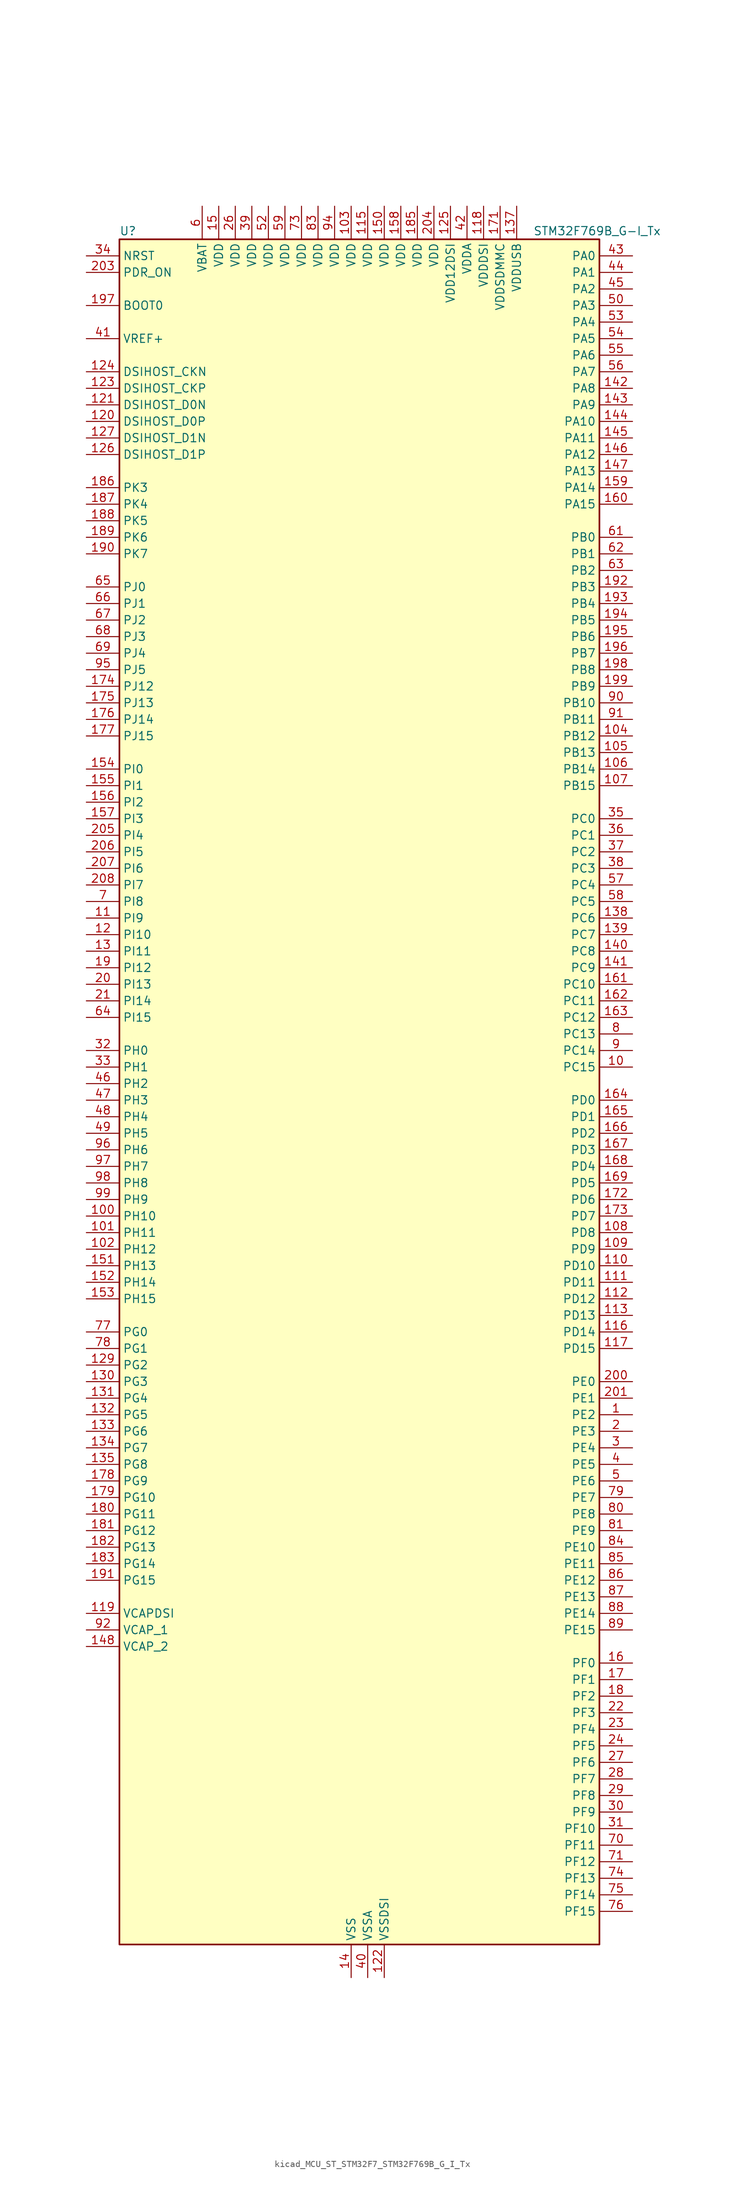
<source format=kicad_sym>
(kicad_symbol_lib
  (version 20220914)
  (generator kicad_symbol_editor)
  (symbol "kicad_MCU_ST_STM32F7_STM32F769B_G_I_Tx"
    (property "Reference" "U"
      (at -35.56 133.35 0)
      (effects (font (size 1.27 1.27)) (justify left)))
    (property "Value" "STM32F769B_G-I_Tx"
      (at 27.94 133.35 0)
      (effects (font (size 1.27 1.27)) (justify left)))
    (property "ki_locked" ""
      (at 0 0 0)
      (effects (font (size 1.27 1.27))))
    (symbol "kicad_MCU_ST_STM32F7_STM32F769B_G_I_Tx_0_1"
      (rectangle (start -35.56 -129.54) (end 38.1 132.08) (stroke (width 0.254) (type default)) (fill (type background))))
    (symbol "kicad_MCU_ST_STM32F7_STM32F769B_G_I_Tx_1_1"
      (pin bidirectional line (at 43.18 -48.26 180) (length 5.08) (name "PE2" (effects (font (size 1.27 1.27)))) (number "1" (effects (font (size 1.27 1.27)))) (alternate "ETH_TXD3" bidirectional line) (alternate "FMC_A23" bidirectional line) (alternate "QUADSPI_BK1_IO2" bidirectional line) (alternate "SAI1_MCLK_A" bidirectional line) (alternate "SPI4_SCK" bidirectional line) (alternate "SYS_TRACECLK" bidirectional line))
      (pin bidirectional line (at 43.18 5.08 180) (length 5.08) (name "PC15" (effects (font (size 1.27 1.27)))) (number "10" (effects (font (size 1.27 1.27)))) (alternate "RCC_OSC32_OUT" bidirectional line))
      (pin bidirectional line (at -40.64 -17.78 0) (length 5.08) (name "PH10" (effects (font (size 1.27 1.27)))) (number "100" (effects (font (size 1.27 1.27)))) (alternate "DCMI_D1" bidirectional line) (alternate "FMC_D18" bidirectional line) (alternate "I2C4_SMBA" bidirectional line) (alternate "LTDC_R4" bidirectional line) (alternate "TIM5_CH1" bidirectional line))
      (pin bidirectional line (at -40.64 -20.32 0) (length 5.08) (name "PH11" (effects (font (size 1.27 1.27)))) (number "101" (effects (font (size 1.27 1.27)))) (alternate "ADC1_EXTI11" bidirectional line) (alternate "ADC2_EXTI11" bidirectional line) (alternate "ADC3_EXTI11" bidirectional line) (alternate "DCMI_D2" bidirectional line) (alternate "FMC_D19" bidirectional line) (alternate "I2C4_SCL" bidirectional line) (alternate "LTDC_R5" bidirectional line) (alternate "TIM5_CH2" bidirectional line))
      (pin bidirectional line (at -40.64 -22.86 0) (length 5.08) (name "PH12" (effects (font (size 1.27 1.27)))) (number "102" (effects (font (size 1.27 1.27)))) (alternate "DCMI_D3" bidirectional line) (alternate "FMC_D20" bidirectional line) (alternate "I2C4_SDA" bidirectional line) (alternate "LTDC_R6" bidirectional line) (alternate "TIM5_CH3" bidirectional line))
      (pin power_in line (at 0 137.16 270) (length 5.08) (name "VDD" (effects (font (size 1.27 1.27)))) (number "103" (effects (font (size 1.27 1.27)))))
      (pin bidirectional line (at 43.18 55.88 180) (length 5.08) (name "PB12" (effects (font (size 1.27 1.27)))) (number "104" (effects (font (size 1.27 1.27)))) (alternate "CAN2_RX" bidirectional line) (alternate "DFSDM1_DATIN1" bidirectional line) (alternate "ETH_TXD0" bidirectional line) (alternate "I2C2_SMBA" bidirectional line) (alternate "I2S2_WS" bidirectional line) (alternate "SPI2_NSS" bidirectional line) (alternate "TIM1_BKIN" bidirectional line) (alternate "UART5_RX" bidirectional line) (alternate "USART3_CK" bidirectional line) (alternate "USB_OTG_HS_ID" bidirectional line) (alternate "USB_OTG_HS_ULPI_D5" bidirectional line))
      (pin bidirectional line (at 43.18 53.34 180) (length 5.08) (name "PB13" (effects (font (size 1.27 1.27)))) (number "105" (effects (font (size 1.27 1.27)))) (alternate "CAN2_TX" bidirectional line) (alternate "DFSDM1_CKIN1" bidirectional line) (alternate "ETH_TXD1" bidirectional line) (alternate "I2S2_CK" bidirectional line) (alternate "SPI2_SCK" bidirectional line) (alternate "TIM1_CH1N" bidirectional line) (alternate "UART5_TX" bidirectional line) (alternate "USART3_CTS" bidirectional line) (alternate "USB_OTG_HS_ULPI_D6" bidirectional line) (alternate "USB_OTG_HS_VBUS" bidirectional line))
      (pin bidirectional line (at 43.18 50.8 180) (length 5.08) (name "PB14" (effects (font (size 1.27 1.27)))) (number "106" (effects (font (size 1.27 1.27)))) (alternate "DFSDM1_DATIN2" bidirectional line) (alternate "SDMMC2_D0" bidirectional line) (alternate "SPI2_MISO" bidirectional line) (alternate "TIM12_CH1" bidirectional line) (alternate "TIM1_CH2N" bidirectional line) (alternate "TIM8_CH2N" bidirectional line) (alternate "UART4_DE" bidirectional line) (alternate "UART4_RTS" bidirectional line) (alternate "USART1_TX" bidirectional line) (alternate "USART3_DE" bidirectional line) (alternate "USART3_RTS" bidirectional line) (alternate "USB_OTG_HS_DM" bidirectional line))
      (pin bidirectional line (at 43.18 48.26 180) (length 5.08) (name "PB15" (effects (font (size 1.27 1.27)))) (number "107" (effects (font (size 1.27 1.27)))) (alternate "DFSDM1_CKIN2" bidirectional line) (alternate "I2S2_SD" bidirectional line) (alternate "RTC_REFIN" bidirectional line) (alternate "SDMMC2_D1" bidirectional line) (alternate "SPI2_MOSI" bidirectional line) (alternate "TIM12_CH2" bidirectional line) (alternate "TIM1_CH3N" bidirectional line) (alternate "TIM8_CH3N" bidirectional line) (alternate "UART4_CTS" bidirectional line) (alternate "USART1_RX" bidirectional line) (alternate "USB_OTG_HS_DP" bidirectional line))
      (pin bidirectional line (at 43.18 -20.32 180) (length 5.08) (name "PD8" (effects (font (size 1.27 1.27)))) (number "108" (effects (font (size 1.27 1.27)))) (alternate "DFSDM1_CKIN3" bidirectional line) (alternate "FMC_D13" bidirectional line) (alternate "FMC_DA13" bidirectional line) (alternate "SPDIFRX_IN1" bidirectional line) (alternate "USART3_TX" bidirectional line))
      (pin bidirectional line (at 43.18 -22.86 180) (length 5.08) (name "PD9" (effects (font (size 1.27 1.27)))) (number "109" (effects (font (size 1.27 1.27)))) (alternate "DAC_EXTI9" bidirectional line) (alternate "DFSDM1_DATIN3" bidirectional line) (alternate "FMC_D14" bidirectional line) (alternate "FMC_DA14" bidirectional line) (alternate "USART3_RX" bidirectional line))
      (pin bidirectional line (at -40.64 27.94 0) (length 5.08) (name "PI9" (effects (font (size 1.27 1.27)))) (number "11" (effects (font (size 1.27 1.27)))) (alternate "CAN1_RX" bidirectional line) (alternate "DAC_EXTI9" bidirectional line) (alternate "FMC_D30" bidirectional line) (alternate "LTDC_VSYNC" bidirectional line) (alternate "UART4_RX" bidirectional line))
      (pin bidirectional line (at 43.18 -25.4 180) (length 5.08) (name "PD10" (effects (font (size 1.27 1.27)))) (number "110" (effects (font (size 1.27 1.27)))) (alternate "DFSDM1_CKOUT" bidirectional line) (alternate "FMC_D15" bidirectional line) (alternate "FMC_DA15" bidirectional line) (alternate "LTDC_B3" bidirectional line) (alternate "USART3_CK" bidirectional line))
      (pin bidirectional line (at 43.18 -27.94 180) (length 5.08) (name "PD11" (effects (font (size 1.27 1.27)))) (number "111" (effects (font (size 1.27 1.27)))) (alternate "ADC1_EXTI11" bidirectional line) (alternate "ADC2_EXTI11" bidirectional line) (alternate "ADC3_EXTI11" bidirectional line) (alternate "FMC_A16" bidirectional line) (alternate "FMC_CLE" bidirectional line) (alternate "I2C4_SMBA" bidirectional line) (alternate "QUADSPI_BK1_IO0" bidirectional line) (alternate "SAI2_SD_A" bidirectional line) (alternate "USART3_CTS" bidirectional line))
      (pin bidirectional line (at 43.18 -30.48 180) (length 5.08) (name "PD12" (effects (font (size 1.27 1.27)))) (number "112" (effects (font (size 1.27 1.27)))) (alternate "FMC_A17" bidirectional line) (alternate "FMC_ALE" bidirectional line) (alternate "I2C4_SCL" bidirectional line) (alternate "LPTIM1_IN1" bidirectional line) (alternate "QUADSPI_BK1_IO1" bidirectional line) (alternate "SAI2_FS_A" bidirectional line) (alternate "TIM4_CH1" bidirectional line) (alternate "USART3_DE" bidirectional line) (alternate "USART3_RTS" bidirectional line))
      (pin bidirectional line (at 43.18 -33.02 180) (length 5.08) (name "PD13" (effects (font (size 1.27 1.27)))) (number "113" (effects (font (size 1.27 1.27)))) (alternate "FMC_A18" bidirectional line) (alternate "I2C4_SDA" bidirectional line) (alternate "LPTIM1_OUT" bidirectional line) (alternate "QUADSPI_BK1_IO3" bidirectional line) (alternate "SAI2_SCK_A" bidirectional line) (alternate "TIM4_CH2" bidirectional line))
      (pin passive line (at 0 -134.62 90) (length 5.08) hide (name "VSS" (effects (font (size 1.27 1.27)))) (number "114" (effects (font (size 1.27 1.27)))))
      (pin power_in line (at 2.54 137.16 270) (length 5.08) (name "VDD" (effects (font (size 1.27 1.27)))) (number "115" (effects (font (size 1.27 1.27)))))
      (pin bidirectional line (at 43.18 -35.56 180) (length 5.08) (name "PD14" (effects (font (size 1.27 1.27)))) (number "116" (effects (font (size 1.27 1.27)))) (alternate "FMC_D0" bidirectional line) (alternate "FMC_DA0" bidirectional line) (alternate "TIM4_CH3" bidirectional line) (alternate "UART8_CTS" bidirectional line))
      (pin bidirectional line (at 43.18 -38.1 180) (length 5.08) (name "PD15" (effects (font (size 1.27 1.27)))) (number "117" (effects (font (size 1.27 1.27)))) (alternate "FMC_D1" bidirectional line) (alternate "FMC_DA1" bidirectional line) (alternate "TIM4_CH4" bidirectional line) (alternate "UART8_DE" bidirectional line) (alternate "UART8_RTS" bidirectional line))
      (pin power_in line (at 20.32 137.16 270) (length 5.08) (name "VDDDSI" (effects (font (size 1.27 1.27)))) (number "118" (effects (font (size 1.27 1.27)))))
      (pin power_out line (at -40.64 -78.74 0) (length 5.08) (name "VCAPDSI" (effects (font (size 1.27 1.27)))) (number "119" (effects (font (size 1.27 1.27)))))
      (pin bidirectional line (at -40.64 25.4 0) (length 5.08) (name "PI10" (effects (font (size 1.27 1.27)))) (number "12" (effects (font (size 1.27 1.27)))) (alternate "ETH_RX_ER" bidirectional line) (alternate "FMC_D31" bidirectional line) (alternate "LTDC_HSYNC" bidirectional line))
      (pin bidirectional line (at -40.64 104.14 0) (length 5.08) (name "DSIHOST_D0P" (effects (font (size 1.27 1.27)))) (number "120" (effects (font (size 1.27 1.27)))) (alternate "DSIHOST_D0P" bidirectional line))
      (pin bidirectional line (at -40.64 106.68 0) (length 5.08) (name "DSIHOST_D0N" (effects (font (size 1.27 1.27)))) (number "121" (effects (font (size 1.27 1.27)))) (alternate "DSIHOST_D0N" bidirectional line))
      (pin power_in line (at 5.08 -134.62 90) (length 5.08) (name "VSSDSI" (effects (font (size 1.27 1.27)))) (number "122" (effects (font (size 1.27 1.27)))))
      (pin bidirectional line (at -40.64 109.22 0) (length 5.08) (name "DSIHOST_CKP" (effects (font (size 1.27 1.27)))) (number "123" (effects (font (size 1.27 1.27)))) (alternate "DSIHOST_CKP" bidirectional line))
      (pin bidirectional line (at -40.64 111.76 0) (length 5.08) (name "DSIHOST_CKN" (effects (font (size 1.27 1.27)))) (number "124" (effects (font (size 1.27 1.27)))) (alternate "DSIHOST_CKN" bidirectional line))
      (pin power_in line (at 15.24 137.16 270) (length 5.08) (name "VDD12DSI" (effects (font (size 1.27 1.27)))) (number "125" (effects (font (size 1.27 1.27)))))
      (pin bidirectional line (at -40.64 99.06 0) (length 5.08) (name "DSIHOST_D1P" (effects (font (size 1.27 1.27)))) (number "126" (effects (font (size 1.27 1.27)))) (alternate "DSIHOST_D1P" bidirectional line))
      (pin bidirectional line (at -40.64 101.6 0) (length 5.08) (name "DSIHOST_D1N" (effects (font (size 1.27 1.27)))) (number "127" (effects (font (size 1.27 1.27)))) (alternate "DSIHOST_D1N" bidirectional line))
      (pin passive line (at 5.08 -134.62 90) (length 5.08) hide (name "VSSDSI" (effects (font (size 1.27 1.27)))) (number "128" (effects (font (size 1.27 1.27)))))
      (pin bidirectional line (at -40.64 -40.64 0) (length 5.08) (name "PG2" (effects (font (size 1.27 1.27)))) (number "129" (effects (font (size 1.27 1.27)))) (alternate "FMC_A12" bidirectional line))
      (pin bidirectional line (at -40.64 22.86 0) (length 5.08) (name "PI11" (effects (font (size 1.27 1.27)))) (number "13" (effects (font (size 1.27 1.27)))) (alternate "ADC1_EXTI11" bidirectional line) (alternate "ADC2_EXTI11" bidirectional line) (alternate "ADC3_EXTI11" bidirectional line) (alternate "LTDC_G6" bidirectional line) (alternate "SYS_WKUP6" bidirectional line) (alternate "USB_OTG_HS_ULPI_DIR" bidirectional line))
      (pin bidirectional line (at -40.64 -43.18 0) (length 5.08) (name "PG3" (effects (font (size 1.27 1.27)))) (number "130" (effects (font (size 1.27 1.27)))) (alternate "FMC_A13" bidirectional line))
      (pin bidirectional line (at -40.64 -45.72 0) (length 5.08) (name "PG4" (effects (font (size 1.27 1.27)))) (number "131" (effects (font (size 1.27 1.27)))) (alternate "FMC_A14" bidirectional line) (alternate "FMC_BA0" bidirectional line))
      (pin bidirectional line (at -40.64 -48.26 0) (length 5.08) (name "PG5" (effects (font (size 1.27 1.27)))) (number "132" (effects (font (size 1.27 1.27)))) (alternate "FMC_A15" bidirectional line) (alternate "FMC_BA1" bidirectional line))
      (pin bidirectional line (at -40.64 -50.8 0) (length 5.08) (name "PG6" (effects (font (size 1.27 1.27)))) (number "133" (effects (font (size 1.27 1.27)))) (alternate "DCMI_D12" bidirectional line) (alternate "FMC_NE3" bidirectional line) (alternate "LTDC_R7" bidirectional line))
      (pin bidirectional line (at -40.64 -53.34 0) (length 5.08) (name "PG7" (effects (font (size 1.27 1.27)))) (number "134" (effects (font (size 1.27 1.27)))) (alternate "DCMI_D13" bidirectional line) (alternate "FMC_INT" bidirectional line) (alternate "LTDC_CLK" bidirectional line) (alternate "SAI1_MCLK_A" bidirectional line) (alternate "USART6_CK" bidirectional line))
      (pin bidirectional line (at -40.64 -55.88 0) (length 5.08) (name "PG8" (effects (font (size 1.27 1.27)))) (number "135" (effects (font (size 1.27 1.27)))) (alternate "ETH_PPS_OUT" bidirectional line) (alternate "FMC_SDCLK" bidirectional line) (alternate "LTDC_G7" bidirectional line) (alternate "SPDIFRX_IN2" bidirectional line) (alternate "SPI6_NSS" bidirectional line) (alternate "USART6_DE" bidirectional line) (alternate "USART6_RTS" bidirectional line))
      (pin passive line (at 0 -134.62 90) (length 5.08) hide (name "VSS" (effects (font (size 1.27 1.27)))) (number "136" (effects (font (size 1.27 1.27)))))
      (pin power_in line (at 25.4 137.16 270) (length 5.08) (name "VDDUSB" (effects (font (size 1.27 1.27)))) (number "137" (effects (font (size 1.27 1.27)))))
      (pin bidirectional line (at 43.18 27.94 180) (length 5.08) (name "PC6" (effects (font (size 1.27 1.27)))) (number "138" (effects (font (size 1.27 1.27)))) (alternate "DCMI_D0" bidirectional line) (alternate "DFSDM1_CKIN3" bidirectional line) (alternate "FMC_NWAIT" bidirectional line) (alternate "I2S2_MCK" bidirectional line) (alternate "LTDC_HSYNC" bidirectional line) (alternate "SDMMC1_D6" bidirectional line) (alternate "SDMMC2_D6" bidirectional line) (alternate "TIM3_CH1" bidirectional line) (alternate "TIM8_CH1" bidirectional line) (alternate "USART6_TX" bidirectional line))
      (pin bidirectional line (at 43.18 25.4 180) (length 5.08) (name "PC7" (effects (font (size 1.27 1.27)))) (number "139" (effects (font (size 1.27 1.27)))) (alternate "DCMI_D1" bidirectional line) (alternate "DFSDM1_DATIN3" bidirectional line) (alternate "FMC_NE1" bidirectional line) (alternate "I2S3_MCK" bidirectional line) (alternate "LTDC_G6" bidirectional line) (alternate "SDMMC1_D7" bidirectional line) (alternate "SDMMC2_D7" bidirectional line) (alternate "TIM3_CH2" bidirectional line) (alternate "TIM8_CH2" bidirectional line) (alternate "USART6_RX" bidirectional line))
      (pin power_in line (at 0 -134.62 90) (length 5.08) (name "VSS" (effects (font (size 1.27 1.27)))) (number "14" (effects (font (size 1.27 1.27)))))
      (pin bidirectional line (at 43.18 22.86 180) (length 5.08) (name "PC8" (effects (font (size 1.27 1.27)))) (number "140" (effects (font (size 1.27 1.27)))) (alternate "DCMI_D2" bidirectional line) (alternate "FMC_NCE" bidirectional line) (alternate "FMC_NE2" bidirectional line) (alternate "SDMMC1_D0" bidirectional line) (alternate "SYS_TRACED1" bidirectional line) (alternate "TIM3_CH3" bidirectional line) (alternate "TIM8_CH3" bidirectional line) (alternate "UART5_DE" bidirectional line) (alternate "UART5_RTS" bidirectional line) (alternate "USART6_CK" bidirectional line))
      (pin bidirectional line (at 43.18 20.32 180) (length 5.08) (name "PC9" (effects (font (size 1.27 1.27)))) (number "141" (effects (font (size 1.27 1.27)))) (alternate "DAC_EXTI9" bidirectional line) (alternate "DCMI_D3" bidirectional line) (alternate "I2C3_SDA" bidirectional line) (alternate "I2S_CKIN" bidirectional line) (alternate "LTDC_B2" bidirectional line) (alternate "LTDC_G3" bidirectional line) (alternate "QUADSPI_BK1_IO0" bidirectional line) (alternate "RCC_MCO_2" bidirectional line) (alternate "SDMMC1_D1" bidirectional line) (alternate "TIM3_CH4" bidirectional line) (alternate "TIM8_CH4" bidirectional line) (alternate "UART5_CTS" bidirectional line))
      (pin bidirectional line (at 43.18 109.22 180) (length 5.08) (name "PA8" (effects (font (size 1.27 1.27)))) (number "142" (effects (font (size 1.27 1.27)))) (alternate "CAN3_RX" bidirectional line) (alternate "I2C3_SCL" bidirectional line) (alternate "LTDC_B3" bidirectional line) (alternate "LTDC_R6" bidirectional line) (alternate "RCC_MCO_1" bidirectional line) (alternate "TIM1_CH1" bidirectional line) (alternate "TIM8_BKIN2" bidirectional line) (alternate "UART7_RX" bidirectional line) (alternate "USART1_CK" bidirectional line) (alternate "USB_OTG_FS_SOF" bidirectional line))
      (pin bidirectional line (at 43.18 106.68 180) (length 5.08) (name "PA9" (effects (font (size 1.27 1.27)))) (number "143" (effects (font (size 1.27 1.27)))) (alternate "DAC_EXTI9" bidirectional line) (alternate "DCMI_D0" bidirectional line) (alternate "I2C3_SMBA" bidirectional line) (alternate "I2S2_CK" bidirectional line) (alternate "LTDC_R5" bidirectional line) (alternate "SPI2_SCK" bidirectional line) (alternate "TIM1_CH2" bidirectional line) (alternate "USART1_TX" bidirectional line) (alternate "USB_OTG_FS_VBUS" bidirectional line))
      (pin bidirectional line (at 43.18 104.14 180) (length 5.08) (name "PA10" (effects (font (size 1.27 1.27)))) (number "144" (effects (font (size 1.27 1.27)))) (alternate "DCMI_D1" bidirectional line) (alternate "LTDC_B1" bidirectional line) (alternate "LTDC_B4" bidirectional line) (alternate "MDIOS_MDIO" bidirectional line) (alternate "TIM1_CH3" bidirectional line) (alternate "USART1_RX" bidirectional line) (alternate "USB_OTG_FS_ID" bidirectional line))
      (pin bidirectional line (at 43.18 101.6 180) (length 5.08) (name "PA11" (effects (font (size 1.27 1.27)))) (number "145" (effects (font (size 1.27 1.27)))) (alternate "ADC1_EXTI11" bidirectional line) (alternate "ADC2_EXTI11" bidirectional line) (alternate "ADC3_EXTI11" bidirectional line) (alternate "CAN1_RX" bidirectional line) (alternate "I2S2_WS" bidirectional line) (alternate "LTDC_R4" bidirectional line) (alternate "SPI2_NSS" bidirectional line) (alternate "TIM1_CH4" bidirectional line) (alternate "UART4_RX" bidirectional line) (alternate "USART1_CTS" bidirectional line) (alternate "USB_OTG_FS_DM" bidirectional line))
      (pin bidirectional line (at 43.18 99.06 180) (length 5.08) (name "PA12" (effects (font (size 1.27 1.27)))) (number "146" (effects (font (size 1.27 1.27)))) (alternate "CAN1_TX" bidirectional line) (alternate "I2S2_CK" bidirectional line) (alternate "LTDC_R5" bidirectional line) (alternate "SAI2_FS_B" bidirectional line) (alternate "SPI2_SCK" bidirectional line) (alternate "TIM1_ETR" bidirectional line) (alternate "UART4_TX" bidirectional line) (alternate "USART1_DE" bidirectional line) (alternate "USART1_RTS" bidirectional line) (alternate "USB_OTG_FS_DP" bidirectional line))
      (pin bidirectional line (at 43.18 96.52 180) (length 5.08) (name "PA13" (effects (font (size 1.27 1.27)))) (number "147" (effects (font (size 1.27 1.27)))) (alternate "SYS_JTMS-SWDIO" bidirectional line))
      (pin power_out line (at -40.64 -83.82 0) (length 5.08) (name "VCAP_2" (effects (font (size 1.27 1.27)))) (number "148" (effects (font (size 1.27 1.27)))))
      (pin passive line (at 0 -134.62 90) (length 5.08) hide (name "VSS" (effects (font (size 1.27 1.27)))) (number "149" (effects (font (size 1.27 1.27)))))
      (pin power_in line (at -20.32 137.16 270) (length 5.08) (name "VDD" (effects (font (size 1.27 1.27)))) (number "15" (effects (font (size 1.27 1.27)))))
      (pin power_in line (at 5.08 137.16 270) (length 5.08) (name "VDD" (effects (font (size 1.27 1.27)))) (number "150" (effects (font (size 1.27 1.27)))))
      (pin bidirectional line (at -40.64 -25.4 0) (length 5.08) (name "PH13" (effects (font (size 1.27 1.27)))) (number "151" (effects (font (size 1.27 1.27)))) (alternate "CAN1_TX" bidirectional line) (alternate "FMC_D21" bidirectional line) (alternate "LTDC_G2" bidirectional line) (alternate "TIM8_CH1N" bidirectional line) (alternate "UART4_TX" bidirectional line))
      (pin bidirectional line (at -40.64 -27.94 0) (length 5.08) (name "PH14" (effects (font (size 1.27 1.27)))) (number "152" (effects (font (size 1.27 1.27)))) (alternate "CAN1_RX" bidirectional line) (alternate "DCMI_D4" bidirectional line) (alternate "FMC_D22" bidirectional line) (alternate "LTDC_G3" bidirectional line) (alternate "TIM8_CH2N" bidirectional line) (alternate "UART4_RX" bidirectional line))
      (pin bidirectional line (at -40.64 -30.48 0) (length 5.08) (name "PH15" (effects (font (size 1.27 1.27)))) (number "153" (effects (font (size 1.27 1.27)))) (alternate "DCMI_D11" bidirectional line) (alternate "FMC_D23" bidirectional line) (alternate "LTDC_G4" bidirectional line) (alternate "TIM8_CH3N" bidirectional line))
      (pin bidirectional line (at -40.64 50.8 0) (length 5.08) (name "PI0" (effects (font (size 1.27 1.27)))) (number "154" (effects (font (size 1.27 1.27)))) (alternate "DCMI_D13" bidirectional line) (alternate "FMC_D24" bidirectional line) (alternate "I2S2_WS" bidirectional line) (alternate "LTDC_G5" bidirectional line) (alternate "SPI2_NSS" bidirectional line) (alternate "TIM5_CH4" bidirectional line))
      (pin bidirectional line (at -40.64 48.26 0) (length 5.08) (name "PI1" (effects (font (size 1.27 1.27)))) (number "155" (effects (font (size 1.27 1.27)))) (alternate "DCMI_D8" bidirectional line) (alternate "FMC_D25" bidirectional line) (alternate "I2S2_CK" bidirectional line) (alternate "LTDC_G6" bidirectional line) (alternate "SPI2_SCK" bidirectional line) (alternate "TIM8_BKIN2" bidirectional line))
      (pin bidirectional line (at -40.64 45.72 0) (length 5.08) (name "PI2" (effects (font (size 1.27 1.27)))) (number "156" (effects (font (size 1.27 1.27)))) (alternate "DCMI_D9" bidirectional line) (alternate "FMC_D26" bidirectional line) (alternate "LTDC_G7" bidirectional line) (alternate "SPI2_MISO" bidirectional line) (alternate "TIM8_CH4" bidirectional line))
      (pin bidirectional line (at -40.64 43.18 0) (length 5.08) (name "PI3" (effects (font (size 1.27 1.27)))) (number "157" (effects (font (size 1.27 1.27)))) (alternate "DCMI_D10" bidirectional line) (alternate "FMC_D27" bidirectional line) (alternate "I2S2_SD" bidirectional line) (alternate "SPI2_MOSI" bidirectional line) (alternate "TIM8_ETR" bidirectional line))
      (pin power_in line (at 7.62 137.16 270) (length 5.08) (name "VDD" (effects (font (size 1.27 1.27)))) (number "158" (effects (font (size 1.27 1.27)))))
      (pin bidirectional line (at 43.18 93.98 180) (length 5.08) (name "PA14" (effects (font (size 1.27 1.27)))) (number "159" (effects (font (size 1.27 1.27)))) (alternate "SYS_JTCK-SWCLK" bidirectional line))
      (pin bidirectional line (at 43.18 -86.36 180) (length 5.08) (name "PF0" (effects (font (size 1.27 1.27)))) (number "16" (effects (font (size 1.27 1.27)))) (alternate "FMC_A0" bidirectional line) (alternate "I2C2_SDA" bidirectional line))
      (pin bidirectional line (at 43.18 91.44 180) (length 5.08) (name "PA15" (effects (font (size 1.27 1.27)))) (number "160" (effects (font (size 1.27 1.27)))) (alternate "CAN3_TX" bidirectional line) (alternate "CEC" bidirectional line) (alternate "I2S1_WS" bidirectional line) (alternate "I2S3_WS" bidirectional line) (alternate "SPI1_NSS" bidirectional line) (alternate "SPI3_NSS" bidirectional line) (alternate "SPI6_NSS" bidirectional line) (alternate "SYS_JTDI" bidirectional line) (alternate "TIM2_CH1" bidirectional line) (alternate "TIM2_ETR" bidirectional line) (alternate "UART4_DE" bidirectional line) (alternate "UART4_RTS" bidirectional line) (alternate "UART7_TX" bidirectional line))
      (pin bidirectional line (at 43.18 17.78 180) (length 5.08) (name "PC10" (effects (font (size 1.27 1.27)))) (number "161" (effects (font (size 1.27 1.27)))) (alternate "DCMI_D8" bidirectional line) (alternate "DFSDM1_CKIN5" bidirectional line) (alternate "I2S3_CK" bidirectional line) (alternate "LTDC_R2" bidirectional line) (alternate "QUADSPI_BK1_IO1" bidirectional line) (alternate "SDMMC1_D2" bidirectional line) (alternate "SPI3_SCK" bidirectional line) (alternate "UART4_TX" bidirectional line) (alternate "USART3_TX" bidirectional line))
      (pin bidirectional line (at 43.18 15.24 180) (length 5.08) (name "PC11" (effects (font (size 1.27 1.27)))) (number "162" (effects (font (size 1.27 1.27)))) (alternate "ADC1_EXTI11" bidirectional line) (alternate "ADC2_EXTI11" bidirectional line) (alternate "ADC3_EXTI11" bidirectional line) (alternate "DCMI_D4" bidirectional line) (alternate "DFSDM1_DATIN5" bidirectional line) (alternate "QUADSPI_BK2_NCS" bidirectional line) (alternate "SDMMC1_D3" bidirectional line) (alternate "SPI3_MISO" bidirectional line) (alternate "UART4_RX" bidirectional line) (alternate "USART3_RX" bidirectional line))
      (pin bidirectional line (at 43.18 12.7 180) (length 5.08) (name "PC12" (effects (font (size 1.27 1.27)))) (number "163" (effects (font (size 1.27 1.27)))) (alternate "DCMI_D9" bidirectional line) (alternate "I2S3_SD" bidirectional line) (alternate "SDMMC1_CK" bidirectional line) (alternate "SPI3_MOSI" bidirectional line) (alternate "SYS_TRACED3" bidirectional line) (alternate "UART5_TX" bidirectional line) (alternate "USART3_CK" bidirectional line))
      (pin bidirectional line (at 43.18 0 180) (length 5.08) (name "PD0" (effects (font (size 1.27 1.27)))) (number "164" (effects (font (size 1.27 1.27)))) (alternate "CAN1_RX" bidirectional line) (alternate "DFSDM1_CKIN6" bidirectional line) (alternate "DFSDM1_DATIN7" bidirectional line) (alternate "FMC_D2" bidirectional line) (alternate "FMC_DA2" bidirectional line) (alternate "UART4_RX" bidirectional line))
      (pin bidirectional line (at 43.18 -2.54 180) (length 5.08) (name "PD1" (effects (font (size 1.27 1.27)))) (number "165" (effects (font (size 1.27 1.27)))) (alternate "CAN1_TX" bidirectional line) (alternate "DFSDM1_CKIN7" bidirectional line) (alternate "DFSDM1_DATIN6" bidirectional line) (alternate "FMC_D3" bidirectional line) (alternate "FMC_DA3" bidirectional line) (alternate "UART4_TX" bidirectional line))
      (pin bidirectional line (at 43.18 -5.08 180) (length 5.08) (name "PD2" (effects (font (size 1.27 1.27)))) (number "166" (effects (font (size 1.27 1.27)))) (alternate "DCMI_D11" bidirectional line) (alternate "SDMMC1_CMD" bidirectional line) (alternate "SYS_TRACED2" bidirectional line) (alternate "TIM3_ETR" bidirectional line) (alternate "UART5_RX" bidirectional line))
      (pin bidirectional line (at 43.18 -7.62 180) (length 5.08) (name "PD3" (effects (font (size 1.27 1.27)))) (number "167" (effects (font (size 1.27 1.27)))) (alternate "DCMI_D5" bidirectional line) (alternate "DFSDM1_CKOUT" bidirectional line) (alternate "DFSDM1_DATIN0" bidirectional line) (alternate "FMC_CLK" bidirectional line) (alternate "I2S2_CK" bidirectional line) (alternate "LTDC_G7" bidirectional line) (alternate "SPI2_SCK" bidirectional line) (alternate "USART2_CTS" bidirectional line))
      (pin bidirectional line (at 43.18 -10.16 180) (length 5.08) (name "PD4" (effects (font (size 1.27 1.27)))) (number "168" (effects (font (size 1.27 1.27)))) (alternate "DFSDM1_CKIN0" bidirectional line) (alternate "FMC_NOE" bidirectional line) (alternate "USART2_DE" bidirectional line) (alternate "USART2_RTS" bidirectional line))
      (pin bidirectional line (at 43.18 -12.7 180) (length 5.08) (name "PD5" (effects (font (size 1.27 1.27)))) (number "169" (effects (font (size 1.27 1.27)))) (alternate "FMC_NWE" bidirectional line) (alternate "USART2_TX" bidirectional line))
      (pin bidirectional line (at 43.18 -88.9 180) (length 5.08) (name "PF1" (effects (font (size 1.27 1.27)))) (number "17" (effects (font (size 1.27 1.27)))) (alternate "FMC_A1" bidirectional line) (alternate "I2C2_SCL" bidirectional line))
      (pin passive line (at 0 -134.62 90) (length 5.08) hide (name "VSS" (effects (font (size 1.27 1.27)))) (number "170" (effects (font (size 1.27 1.27)))))
      (pin power_in line (at 22.86 137.16 270) (length 5.08) (name "VDDSDMMC" (effects (font (size 1.27 1.27)))) (number "171" (effects (font (size 1.27 1.27)))))
      (pin bidirectional line (at 43.18 -15.24 180) (length 5.08) (name "PD6" (effects (font (size 1.27 1.27)))) (number "172" (effects (font (size 1.27 1.27)))) (alternate "DCMI_D10" bidirectional line) (alternate "DFSDM1_CKIN4" bidirectional line) (alternate "DFSDM1_DATIN1" bidirectional line) (alternate "FMC_NWAIT" bidirectional line) (alternate "I2S3_SD" bidirectional line) (alternate "LTDC_B2" bidirectional line) (alternate "SAI1_SD_A" bidirectional line) (alternate "SDMMC2_CK" bidirectional line) (alternate "SPI3_MOSI" bidirectional line) (alternate "USART2_RX" bidirectional line))
      (pin bidirectional line (at 43.18 -17.78 180) (length 5.08) (name "PD7" (effects (font (size 1.27 1.27)))) (number "173" (effects (font (size 1.27 1.27)))) (alternate "DFSDM1_CKIN1" bidirectional line) (alternate "DFSDM1_DATIN4" bidirectional line) (alternate "FMC_NE1" bidirectional line) (alternate "I2S1_SD" bidirectional line) (alternate "SDMMC2_CMD" bidirectional line) (alternate "SPDIFRX_IN0" bidirectional line) (alternate "SPI1_MOSI" bidirectional line) (alternate "USART2_CK" bidirectional line))
      (pin bidirectional line (at -40.64 63.5 0) (length 5.08) (name "PJ12" (effects (font (size 1.27 1.27)))) (number "174" (effects (font (size 1.27 1.27)))) (alternate "LTDC_B0" bidirectional line) (alternate "LTDC_G3" bidirectional line))
      (pin bidirectional line (at -40.64 60.96 0) (length 5.08) (name "PJ13" (effects (font (size 1.27 1.27)))) (number "175" (effects (font (size 1.27 1.27)))) (alternate "LTDC_B1" bidirectional line) (alternate "LTDC_G4" bidirectional line))
      (pin bidirectional line (at -40.64 58.42 0) (length 5.08) (name "PJ14" (effects (font (size 1.27 1.27)))) (number "176" (effects (font (size 1.27 1.27)))) (alternate "LTDC_B2" bidirectional line))
      (pin bidirectional line (at -40.64 55.88 0) (length 5.08) (name "PJ15" (effects (font (size 1.27 1.27)))) (number "177" (effects (font (size 1.27 1.27)))) (alternate "LTDC_B3" bidirectional line))
      (pin bidirectional line (at -40.64 -58.42 0) (length 5.08) (name "PG9" (effects (font (size 1.27 1.27)))) (number "178" (effects (font (size 1.27 1.27)))) (alternate "DAC_EXTI9" bidirectional line) (alternate "DCMI_VSYNC" bidirectional line) (alternate "FMC_NCE" bidirectional line) (alternate "FMC_NE2" bidirectional line) (alternate "QUADSPI_BK2_IO2" bidirectional line) (alternate "SAI2_FS_B" bidirectional line) (alternate "SDMMC2_D0" bidirectional line) (alternate "SPDIFRX_IN3" bidirectional line) (alternate "SPI1_MISO" bidirectional line) (alternate "USART6_RX" bidirectional line))
      (pin bidirectional line (at -40.64 -60.96 0) (length 5.08) (name "PG10" (effects (font (size 1.27 1.27)))) (number "179" (effects (font (size 1.27 1.27)))) (alternate "DCMI_D2" bidirectional line) (alternate "FMC_NE3" bidirectional line) (alternate "I2S1_WS" bidirectional line) (alternate "LTDC_B2" bidirectional line) (alternate "LTDC_G3" bidirectional line) (alternate "SAI2_SD_B" bidirectional line) (alternate "SDMMC2_D1" bidirectional line) (alternate "SPI1_NSS" bidirectional line))
      (pin bidirectional line (at 43.18 -91.44 180) (length 5.08) (name "PF2" (effects (font (size 1.27 1.27)))) (number "18" (effects (font (size 1.27 1.27)))) (alternate "FMC_A2" bidirectional line) (alternate "I2C2_SMBA" bidirectional line))
      (pin bidirectional line (at -40.64 -63.5 0) (length 5.08) (name "PG11" (effects (font (size 1.27 1.27)))) (number "180" (effects (font (size 1.27 1.27)))) (alternate "ADC1_EXTI11" bidirectional line) (alternate "ADC2_EXTI11" bidirectional line) (alternate "ADC3_EXTI11" bidirectional line) (alternate "DCMI_D3" bidirectional line) (alternate "ETH_TX_EN" bidirectional line) (alternate "I2S1_CK" bidirectional line) (alternate "LTDC_B3" bidirectional line) (alternate "SDMMC2_D2" bidirectional line) (alternate "SPDIFRX_IN0" bidirectional line) (alternate "SPI1_SCK" bidirectional line))
      (pin bidirectional line (at -40.64 -66.04 0) (length 5.08) (name "PG12" (effects (font (size 1.27 1.27)))) (number "181" (effects (font (size 1.27 1.27)))) (alternate "FMC_NE4" bidirectional line) (alternate "LPTIM1_IN1" bidirectional line) (alternate "LTDC_B1" bidirectional line) (alternate "LTDC_B4" bidirectional line) (alternate "SDMMC2_D3" bidirectional line) (alternate "SPDIFRX_IN1" bidirectional line) (alternate "SPI6_MISO" bidirectional line) (alternate "USART6_DE" bidirectional line) (alternate "USART6_RTS" bidirectional line))
      (pin bidirectional line (at -40.64 -68.58 0) (length 5.08) (name "PG13" (effects (font (size 1.27 1.27)))) (number "182" (effects (font (size 1.27 1.27)))) (alternate "ETH_TXD0" bidirectional line) (alternate "FMC_A24" bidirectional line) (alternate "LPTIM1_OUT" bidirectional line) (alternate "LTDC_R0" bidirectional line) (alternate "SPI6_SCK" bidirectional line) (alternate "SYS_TRACED0" bidirectional line) (alternate "USART6_CTS" bidirectional line))
      (pin bidirectional line (at -40.64 -71.12 0) (length 5.08) (name "PG14" (effects (font (size 1.27 1.27)))) (number "183" (effects (font (size 1.27 1.27)))) (alternate "ETH_TXD1" bidirectional line) (alternate "FMC_A25" bidirectional line) (alternate "LPTIM1_ETR" bidirectional line) (alternate "LTDC_B0" bidirectional line) (alternate "QUADSPI_BK2_IO3" bidirectional line) (alternate "SPI6_MOSI" bidirectional line) (alternate "SYS_TRACED1" bidirectional line) (alternate "USART6_TX" bidirectional line))
      (pin passive line (at 0 -134.62 90) (length 5.08) hide (name "VSS" (effects (font (size 1.27 1.27)))) (number "184" (effects (font (size 1.27 1.27)))))
      (pin power_in line (at 10.16 137.16 270) (length 5.08) (name "VDD" (effects (font (size 1.27 1.27)))) (number "185" (effects (font (size 1.27 1.27)))))
      (pin bidirectional line (at -40.64 93.98 0) (length 5.08) (name "PK3" (effects (font (size 1.27 1.27)))) (number "186" (effects (font (size 1.27 1.27)))) (alternate "LTDC_B4" bidirectional line))
      (pin bidirectional line (at -40.64 91.44 0) (length 5.08) (name "PK4" (effects (font (size 1.27 1.27)))) (number "187" (effects (font (size 1.27 1.27)))) (alternate "LTDC_B5" bidirectional line))
      (pin bidirectional line (at -40.64 88.9 0) (length 5.08) (name "PK5" (effects (font (size 1.27 1.27)))) (number "188" (effects (font (size 1.27 1.27)))) (alternate "LTDC_B6" bidirectional line))
      (pin bidirectional line (at -40.64 86.36 0) (length 5.08) (name "PK6" (effects (font (size 1.27 1.27)))) (number "189" (effects (font (size 1.27 1.27)))) (alternate "LTDC_B7" bidirectional line))
      (pin bidirectional line (at -40.64 20.32 0) (length 5.08) (name "PI12" (effects (font (size 1.27 1.27)))) (number "19" (effects (font (size 1.27 1.27)))) (alternate "LTDC_HSYNC" bidirectional line))
      (pin bidirectional line (at -40.64 83.82 0) (length 5.08) (name "PK7" (effects (font (size 1.27 1.27)))) (number "190" (effects (font (size 1.27 1.27)))) (alternate "LTDC_DE" bidirectional line))
      (pin bidirectional line (at -40.64 -73.66 0) (length 5.08) (name "PG15" (effects (font (size 1.27 1.27)))) (number "191" (effects (font (size 1.27 1.27)))) (alternate "DCMI_D13" bidirectional line) (alternate "FMC_SDNCAS" bidirectional line) (alternate "USART6_CTS" bidirectional line))
      (pin bidirectional line (at 43.18 78.74 180) (length 5.08) (name "PB3" (effects (font (size 1.27 1.27)))) (number "192" (effects (font (size 1.27 1.27)))) (alternate "CAN3_RX" bidirectional line) (alternate "I2S1_CK" bidirectional line) (alternate "I2S3_CK" bidirectional line) (alternate "SDMMC2_D2" bidirectional line) (alternate "SPI1_SCK" bidirectional line) (alternate "SPI3_SCK" bidirectional line) (alternate "SPI6_SCK" bidirectional line) (alternate "SYS_JTDO-SWO" bidirectional line) (alternate "TIM2_CH2" bidirectional line) (alternate "UART7_RX" bidirectional line))
      (pin bidirectional line (at 43.18 76.2 180) (length 5.08) (name "PB4" (effects (font (size 1.27 1.27)))) (number "193" (effects (font (size 1.27 1.27)))) (alternate "CAN3_TX" bidirectional line) (alternate "I2S2_WS" bidirectional line) (alternate "SDMMC2_D3" bidirectional line) (alternate "SPI1_MISO" bidirectional line) (alternate "SPI2_NSS" bidirectional line) (alternate "SPI3_MISO" bidirectional line) (alternate "SPI6_MISO" bidirectional line) (alternate "SYS_JTRST" bidirectional line) (alternate "TIM3_CH1" bidirectional line) (alternate "UART7_TX" bidirectional line))
      (pin bidirectional line (at 43.18 73.66 180) (length 5.08) (name "PB5" (effects (font (size 1.27 1.27)))) (number "194" (effects (font (size 1.27 1.27)))) (alternate "CAN2_RX" bidirectional line) (alternate "DCMI_D10" bidirectional line) (alternate "ETH_PPS_OUT" bidirectional line) (alternate "FMC_SDCKE1" bidirectional line) (alternate "I2C1_SMBA" bidirectional line) (alternate "I2S1_SD" bidirectional line) (alternate "I2S3_SD" bidirectional line) (alternate "LTDC_G7" bidirectional line) (alternate "SPI1_MOSI" bidirectional line) (alternate "SPI3_MOSI" bidirectional line) (alternate "SPI6_MOSI" bidirectional line) (alternate "TIM3_CH2" bidirectional line) (alternate "UART5_RX" bidirectional line) (alternate "USB_OTG_HS_ULPI_D7" bidirectional line))
      (pin bidirectional line (at 43.18 71.12 180) (length 5.08) (name "PB6" (effects (font (size 1.27 1.27)))) (number "195" (effects (font (size 1.27 1.27)))) (alternate "CAN2_TX" bidirectional line) (alternate "CEC" bidirectional line) (alternate "DCMI_D5" bidirectional line) (alternate "DFSDM1_DATIN5" bidirectional line) (alternate "FMC_SDNE1" bidirectional line) (alternate "I2C1_SCL" bidirectional line) (alternate "I2C4_SCL" bidirectional line) (alternate "QUADSPI_BK1_NCS" bidirectional line) (alternate "TIM4_CH1" bidirectional line) (alternate "UART5_TX" bidirectional line) (alternate "USART1_TX" bidirectional line))
      (pin bidirectional line (at 43.18 68.58 180) (length 5.08) (name "PB7" (effects (font (size 1.27 1.27)))) (number "196" (effects (font (size 1.27 1.27)))) (alternate "DCMI_VSYNC" bidirectional line) (alternate "DFSDM1_CKIN5" bidirectional line) (alternate "FMC_NL" bidirectional line) (alternate "I2C1_SDA" bidirectional line) (alternate "I2C4_SDA" bidirectional line) (alternate "TIM4_CH2" bidirectional line) (alternate "USART1_RX" bidirectional line))
      (pin input line (at -40.64 121.92 0) (length 5.08) (name "BOOT0" (effects (font (size 1.27 1.27)))) (number "197" (effects (font (size 1.27 1.27)))))
      (pin bidirectional line (at 43.18 66.04 180) (length 5.08) (name "PB8" (effects (font (size 1.27 1.27)))) (number "198" (effects (font (size 1.27 1.27)))) (alternate "CAN1_RX" bidirectional line) (alternate "DCMI_D6" bidirectional line) (alternate "DFSDM1_CKIN7" bidirectional line) (alternate "ETH_TXD3" bidirectional line) (alternate "I2C1_SCL" bidirectional line) (alternate "I2C4_SCL" bidirectional line) (alternate "LTDC_B6" bidirectional line) (alternate "SDMMC1_D4" bidirectional line) (alternate "SDMMC2_D4" bidirectional line) (alternate "TIM10_CH1" bidirectional line) (alternate "TIM4_CH3" bidirectional line) (alternate "UART5_RX" bidirectional line))
      (pin bidirectional line (at 43.18 63.5 180) (length 5.08) (name "PB9" (effects (font (size 1.27 1.27)))) (number "199" (effects (font (size 1.27 1.27)))) (alternate "CAN1_TX" bidirectional line) (alternate "DAC_EXTI9" bidirectional line) (alternate "DCMI_D7" bidirectional line) (alternate "DFSDM1_DATIN7" bidirectional line) (alternate "I2C1_SDA" bidirectional line) (alternate "I2C4_SDA" bidirectional line) (alternate "I2C4_SMBA" bidirectional line) (alternate "I2S2_WS" bidirectional line) (alternate "LTDC_B7" bidirectional line) (alternate "SDMMC1_D5" bidirectional line) (alternate "SDMMC2_D5" bidirectional line) (alternate "SPI2_NSS" bidirectional line) (alternate "TIM11_CH1" bidirectional line) (alternate "TIM4_CH4" bidirectional line) (alternate "UART5_TX" bidirectional line))
      (pin bidirectional line (at 43.18 -50.8 180) (length 5.08) (name "PE3" (effects (font (size 1.27 1.27)))) (number "2" (effects (font (size 1.27 1.27)))) (alternate "FMC_A19" bidirectional line) (alternate "SAI1_SD_B" bidirectional line) (alternate "SYS_TRACED0" bidirectional line))
      (pin bidirectional line (at -40.64 17.78 0) (length 5.08) (name "PI13" (effects (font (size 1.27 1.27)))) (number "20" (effects (font (size 1.27 1.27)))) (alternate "LTDC_VSYNC" bidirectional line))
      (pin bidirectional line (at 43.18 -43.18 180) (length 5.08) (name "PE0" (effects (font (size 1.27 1.27)))) (number "200" (effects (font (size 1.27 1.27)))) (alternate "DCMI_D2" bidirectional line) (alternate "FMC_NBL0" bidirectional line) (alternate "LPTIM1_ETR" bidirectional line) (alternate "SAI2_MCLK_A" bidirectional line) (alternate "TIM4_ETR" bidirectional line) (alternate "UART8_RX" bidirectional line))
      (pin bidirectional line (at 43.18 -45.72 180) (length 5.08) (name "PE1" (effects (font (size 1.27 1.27)))) (number "201" (effects (font (size 1.27 1.27)))) (alternate "DCMI_D3" bidirectional line) (alternate "FMC_NBL1" bidirectional line) (alternate "LPTIM1_IN2" bidirectional line) (alternate "UART8_TX" bidirectional line))
      (pin passive line (at 0 -134.62 90) (length 5.08) hide (name "VSS" (effects (font (size 1.27 1.27)))) (number "202" (effects (font (size 1.27 1.27)))))
      (pin input line (at -40.64 127 0) (length 5.08) (name "PDR_ON" (effects (font (size 1.27 1.27)))) (number "203" (effects (font (size 1.27 1.27)))))
      (pin power_in line (at 12.7 137.16 270) (length 5.08) (name "VDD" (effects (font (size 1.27 1.27)))) (number "204" (effects (font (size 1.27 1.27)))))
      (pin bidirectional line (at -40.64 40.64 0) (length 5.08) (name "PI4" (effects (font (size 1.27 1.27)))) (number "205" (effects (font (size 1.27 1.27)))) (alternate "DCMI_D5" bidirectional line) (alternate "FMC_NBL2" bidirectional line) (alternate "LTDC_B4" bidirectional line) (alternate "SAI2_MCLK_A" bidirectional line) (alternate "TIM8_BKIN" bidirectional line))
      (pin bidirectional line (at -40.64 38.1 0) (length 5.08) (name "PI5" (effects (font (size 1.27 1.27)))) (number "206" (effects (font (size 1.27 1.27)))) (alternate "DCMI_VSYNC" bidirectional line) (alternate "FMC_NBL3" bidirectional line) (alternate "LTDC_B5" bidirectional line) (alternate "SAI2_SCK_A" bidirectional line) (alternate "TIM8_CH1" bidirectional line))
      (pin bidirectional line (at -40.64 35.56 0) (length 5.08) (name "PI6" (effects (font (size 1.27 1.27)))) (number "207" (effects (font (size 1.27 1.27)))) (alternate "DCMI_D6" bidirectional line) (alternate "FMC_D28" bidirectional line) (alternate "LTDC_B6" bidirectional line) (alternate "SAI2_SD_A" bidirectional line) (alternate "TIM8_CH2" bidirectional line))
      (pin bidirectional line (at -40.64 33.02 0) (length 5.08) (name "PI7" (effects (font (size 1.27 1.27)))) (number "208" (effects (font (size 1.27 1.27)))) (alternate "DCMI_D7" bidirectional line) (alternate "FMC_D29" bidirectional line) (alternate "LTDC_B7" bidirectional line) (alternate "SAI2_FS_A" bidirectional line) (alternate "TIM8_CH3" bidirectional line))
      (pin bidirectional line (at -40.64 15.24 0) (length 5.08) (name "PI14" (effects (font (size 1.27 1.27)))) (number "21" (effects (font (size 1.27 1.27)))) (alternate "LTDC_CLK" bidirectional line))
      (pin bidirectional line (at 43.18 -93.98 180) (length 5.08) (name "PF3" (effects (font (size 1.27 1.27)))) (number "22" (effects (font (size 1.27 1.27)))) (alternate "ADC3_IN9" bidirectional line) (alternate "FMC_A3" bidirectional line))
      (pin bidirectional line (at 43.18 -96.52 180) (length 5.08) (name "PF4" (effects (font (size 1.27 1.27)))) (number "23" (effects (font (size 1.27 1.27)))) (alternate "ADC3_IN14" bidirectional line) (alternate "FMC_A4" bidirectional line))
      (pin bidirectional line (at 43.18 -99.06 180) (length 5.08) (name "PF5" (effects (font (size 1.27 1.27)))) (number "24" (effects (font (size 1.27 1.27)))) (alternate "ADC3_IN15" bidirectional line) (alternate "FMC_A5" bidirectional line))
      (pin passive line (at 0 -134.62 90) (length 5.08) hide (name "VSS" (effects (font (size 1.27 1.27)))) (number "25" (effects (font (size 1.27 1.27)))))
      (pin power_in line (at -17.78 137.16 270) (length 5.08) (name "VDD" (effects (font (size 1.27 1.27)))) (number "26" (effects (font (size 1.27 1.27)))))
      (pin bidirectional line (at 43.18 -101.6 180) (length 5.08) (name "PF6" (effects (font (size 1.27 1.27)))) (number "27" (effects (font (size 1.27 1.27)))) (alternate "ADC3_IN4" bidirectional line) (alternate "QUADSPI_BK1_IO3" bidirectional line) (alternate "SAI1_SD_B" bidirectional line) (alternate "SPI5_NSS" bidirectional line) (alternate "TIM10_CH1" bidirectional line) (alternate "UART7_RX" bidirectional line))
      (pin bidirectional line (at 43.18 -104.14 180) (length 5.08) (name "PF7" (effects (font (size 1.27 1.27)))) (number "28" (effects (font (size 1.27 1.27)))) (alternate "ADC3_IN5" bidirectional line) (alternate "QUADSPI_BK1_IO2" bidirectional line) (alternate "SAI1_MCLK_B" bidirectional line) (alternate "SPI5_SCK" bidirectional line) (alternate "TIM11_CH1" bidirectional line) (alternate "UART7_TX" bidirectional line))
      (pin bidirectional line (at 43.18 -106.68 180) (length 5.08) (name "PF8" (effects (font (size 1.27 1.27)))) (number "29" (effects (font (size 1.27 1.27)))) (alternate "ADC3_IN6" bidirectional line) (alternate "QUADSPI_BK1_IO0" bidirectional line) (alternate "SAI1_SCK_B" bidirectional line) (alternate "SPI5_MISO" bidirectional line) (alternate "TIM13_CH1" bidirectional line) (alternate "UART7_DE" bidirectional line) (alternate "UART7_RTS" bidirectional line))
      (pin bidirectional line (at 43.18 -53.34 180) (length 5.08) (name "PE4" (effects (font (size 1.27 1.27)))) (number "3" (effects (font (size 1.27 1.27)))) (alternate "DCMI_D4" bidirectional line) (alternate "DFSDM1_DATIN3" bidirectional line) (alternate "FMC_A20" bidirectional line) (alternate "LTDC_B0" bidirectional line) (alternate "SAI1_FS_A" bidirectional line) (alternate "SPI4_NSS" bidirectional line) (alternate "SYS_TRACED1" bidirectional line))
      (pin bidirectional line (at 43.18 -109.22 180) (length 5.08) (name "PF9" (effects (font (size 1.27 1.27)))) (number "30" (effects (font (size 1.27 1.27)))) (alternate "ADC3_IN7" bidirectional line) (alternate "DAC_EXTI9" bidirectional line) (alternate "QUADSPI_BK1_IO1" bidirectional line) (alternate "SAI1_FS_B" bidirectional line) (alternate "SPI5_MOSI" bidirectional line) (alternate "TIM14_CH1" bidirectional line) (alternate "UART7_CTS" bidirectional line))
      (pin bidirectional line (at 43.18 -111.76 180) (length 5.08) (name "PF10" (effects (font (size 1.27 1.27)))) (number "31" (effects (font (size 1.27 1.27)))) (alternate "ADC3_IN8" bidirectional line) (alternate "DCMI_D11" bidirectional line) (alternate "LTDC_DE" bidirectional line) (alternate "QUADSPI_CLK" bidirectional line))
      (pin bidirectional line (at -40.64 7.62 0) (length 5.08) (name "PH0" (effects (font (size 1.27 1.27)))) (number "32" (effects (font (size 1.27 1.27)))) (alternate "RCC_OSC_IN" bidirectional line))
      (pin bidirectional line (at -40.64 5.08 0) (length 5.08) (name "PH1" (effects (font (size 1.27 1.27)))) (number "33" (effects (font (size 1.27 1.27)))) (alternate "RCC_OSC_OUT" bidirectional line))
      (pin input line (at -40.64 129.54 0) (length 5.08) (name "NRST" (effects (font (size 1.27 1.27)))) (number "34" (effects (font (size 1.27 1.27)))))
      (pin bidirectional line (at 43.18 43.18 180) (length 5.08) (name "PC0" (effects (font (size 1.27 1.27)))) (number "35" (effects (font (size 1.27 1.27)))) (alternate "ADC1_IN10" bidirectional line) (alternate "ADC2_IN10" bidirectional line) (alternate "ADC3_IN10" bidirectional line) (alternate "DFSDM1_CKIN0" bidirectional line) (alternate "DFSDM1_DATIN4" bidirectional line) (alternate "FMC_SDNWE" bidirectional line) (alternate "LTDC_R5" bidirectional line) (alternate "SAI2_FS_B" bidirectional line) (alternate "USB_OTG_HS_ULPI_STP" bidirectional line))
      (pin bidirectional line (at 43.18 40.64 180) (length 5.08) (name "PC1" (effects (font (size 1.27 1.27)))) (number "36" (effects (font (size 1.27 1.27)))) (alternate "ADC1_IN11" bidirectional line) (alternate "ADC2_IN11" bidirectional line) (alternate "ADC3_IN11" bidirectional line) (alternate "DFSDM1_CKIN4" bidirectional line) (alternate "DFSDM1_DATIN0" bidirectional line) (alternate "ETH_MDC" bidirectional line) (alternate "I2S2_SD" bidirectional line) (alternate "MDIOS_MDC" bidirectional line) (alternate "RTC_TAMP3" bidirectional line) (alternate "RTC_TS" bidirectional line) (alternate "SAI1_SD_A" bidirectional line) (alternate "SPI2_MOSI" bidirectional line) (alternate "SYS_TRACED0" bidirectional line) (alternate "SYS_WKUP3" bidirectional line))
      (pin bidirectional line (at 43.18 38.1 180) (length 5.08) (name "PC2" (effects (font (size 1.27 1.27)))) (number "37" (effects (font (size 1.27 1.27)))) (alternate "ADC1_IN12" bidirectional line) (alternate "ADC2_IN12" bidirectional line) (alternate "ADC3_IN12" bidirectional line) (alternate "DFSDM1_CKIN1" bidirectional line) (alternate "DFSDM1_CKOUT" bidirectional line) (alternate "ETH_TXD2" bidirectional line) (alternate "FMC_SDNE0" bidirectional line) (alternate "SPI2_MISO" bidirectional line) (alternate "USB_OTG_HS_ULPI_DIR" bidirectional line))
      (pin bidirectional line (at 43.18 35.56 180) (length 5.08) (name "PC3" (effects (font (size 1.27 1.27)))) (number "38" (effects (font (size 1.27 1.27)))) (alternate "ADC1_IN13" bidirectional line) (alternate "ADC2_IN13" bidirectional line) (alternate "ADC3_IN13" bidirectional line) (alternate "DFSDM1_DATIN1" bidirectional line) (alternate "ETH_TX_CLK" bidirectional line) (alternate "FMC_SDCKE0" bidirectional line) (alternate "I2S2_SD" bidirectional line) (alternate "SPI2_MOSI" bidirectional line) (alternate "USB_OTG_HS_ULPI_NXT" bidirectional line))
      (pin power_in line (at -15.24 137.16 270) (length 5.08) (name "VDD" (effects (font (size 1.27 1.27)))) (number "39" (effects (font (size 1.27 1.27)))))
      (pin bidirectional line (at 43.18 -55.88 180) (length 5.08) (name "PE5" (effects (font (size 1.27 1.27)))) (number "4" (effects (font (size 1.27 1.27)))) (alternate "DCMI_D6" bidirectional line) (alternate "DFSDM1_CKIN3" bidirectional line) (alternate "FMC_A21" bidirectional line) (alternate "LTDC_G0" bidirectional line) (alternate "SAI1_SCK_A" bidirectional line) (alternate "SPI4_MISO" bidirectional line) (alternate "SYS_TRACED2" bidirectional line) (alternate "TIM9_CH1" bidirectional line))
      (pin power_in line (at 2.54 -134.62 90) (length 5.08) (name "VSSA" (effects (font (size 1.27 1.27)))) (number "40" (effects (font (size 1.27 1.27)))))
      (pin input line (at -40.64 116.84 0) (length 5.08) (name "VREF+" (effects (font (size 1.27 1.27)))) (number "41" (effects (font (size 1.27 1.27)))))
      (pin power_in line (at 17.78 137.16 270) (length 5.08) (name "VDDA" (effects (font (size 1.27 1.27)))) (number "42" (effects (font (size 1.27 1.27)))))
      (pin bidirectional line (at 43.18 129.54 180) (length 5.08) (name "PA0" (effects (font (size 1.27 1.27)))) (number "43" (effects (font (size 1.27 1.27)))) (alternate "ADC1_IN0" bidirectional line) (alternate "ADC2_IN0" bidirectional line) (alternate "ADC3_IN0" bidirectional line) (alternate "ETH_CRS" bidirectional line) (alternate "SAI2_SD_B" bidirectional line) (alternate "SYS_WKUP1" bidirectional line) (alternate "TIM2_CH1" bidirectional line) (alternate "TIM2_ETR" bidirectional line) (alternate "TIM5_CH1" bidirectional line) (alternate "TIM8_ETR" bidirectional line) (alternate "UART4_TX" bidirectional line) (alternate "USART2_CTS" bidirectional line))
      (pin bidirectional line (at 43.18 127 180) (length 5.08) (name "PA1" (effects (font (size 1.27 1.27)))) (number "44" (effects (font (size 1.27 1.27)))) (alternate "ADC1_IN1" bidirectional line) (alternate "ADC2_IN1" bidirectional line) (alternate "ADC3_IN1" bidirectional line) (alternate "ETH_REF_CLK" bidirectional line) (alternate "ETH_RX_CLK" bidirectional line) (alternate "LTDC_R2" bidirectional line) (alternate "QUADSPI_BK1_IO3" bidirectional line) (alternate "SAI2_MCLK_B" bidirectional line) (alternate "TIM2_CH2" bidirectional line) (alternate "TIM5_CH2" bidirectional line) (alternate "UART4_RX" bidirectional line) (alternate "USART2_DE" bidirectional line) (alternate "USART2_RTS" bidirectional line))
      (pin bidirectional line (at 43.18 124.46 180) (length 5.08) (name "PA2" (effects (font (size 1.27 1.27)))) (number "45" (effects (font (size 1.27 1.27)))) (alternate "ADC1_IN2" bidirectional line) (alternate "ADC2_IN2" bidirectional line) (alternate "ADC3_IN2" bidirectional line) (alternate "ETH_MDIO" bidirectional line) (alternate "LTDC_R1" bidirectional line) (alternate "MDIOS_MDIO" bidirectional line) (alternate "SAI2_SCK_B" bidirectional line) (alternate "SYS_WKUP2" bidirectional line) (alternate "TIM2_CH3" bidirectional line) (alternate "TIM5_CH3" bidirectional line) (alternate "TIM9_CH1" bidirectional line) (alternate "USART2_TX" bidirectional line))
      (pin bidirectional line (at -40.64 2.54 0) (length 5.08) (name "PH2" (effects (font (size 1.27 1.27)))) (number "46" (effects (font (size 1.27 1.27)))) (alternate "ETH_CRS" bidirectional line) (alternate "FMC_SDCKE0" bidirectional line) (alternate "LPTIM1_IN2" bidirectional line) (alternate "LTDC_R0" bidirectional line) (alternate "QUADSPI_BK2_IO0" bidirectional line) (alternate "SAI2_SCK_B" bidirectional line))
      (pin bidirectional line (at -40.64 0 0) (length 5.08) (name "PH3" (effects (font (size 1.27 1.27)))) (number "47" (effects (font (size 1.27 1.27)))) (alternate "ETH_COL" bidirectional line) (alternate "FMC_SDNE0" bidirectional line) (alternate "LTDC_R1" bidirectional line) (alternate "QUADSPI_BK2_IO1" bidirectional line) (alternate "SAI2_MCLK_B" bidirectional line))
      (pin bidirectional line (at -40.64 -2.54 0) (length 5.08) (name "PH4" (effects (font (size 1.27 1.27)))) (number "48" (effects (font (size 1.27 1.27)))) (alternate "I2C2_SCL" bidirectional line) (alternate "LTDC_G4" bidirectional line) (alternate "LTDC_G5" bidirectional line) (alternate "USB_OTG_HS_ULPI_NXT" bidirectional line))
      (pin bidirectional line (at -40.64 -5.08 0) (length 5.08) (name "PH5" (effects (font (size 1.27 1.27)))) (number "49" (effects (font (size 1.27 1.27)))) (alternate "FMC_SDNWE" bidirectional line) (alternate "I2C2_SDA" bidirectional line) (alternate "SPI5_NSS" bidirectional line))
      (pin bidirectional line (at 43.18 -58.42 180) (length 5.08) (name "PE6" (effects (font (size 1.27 1.27)))) (number "5" (effects (font (size 1.27 1.27)))) (alternate "DCMI_D7" bidirectional line) (alternate "FMC_A22" bidirectional line) (alternate "LTDC_G1" bidirectional line) (alternate "SAI1_SD_A" bidirectional line) (alternate "SAI2_MCLK_B" bidirectional line) (alternate "SPI4_MOSI" bidirectional line) (alternate "SYS_TRACED3" bidirectional line) (alternate "TIM1_BKIN2" bidirectional line) (alternate "TIM9_CH2" bidirectional line))
      (pin bidirectional line (at 43.18 121.92 180) (length 5.08) (name "PA3" (effects (font (size 1.27 1.27)))) (number "50" (effects (font (size 1.27 1.27)))) (alternate "ADC1_IN3" bidirectional line) (alternate "ADC2_IN3" bidirectional line) (alternate "ADC3_IN3" bidirectional line) (alternate "ETH_COL" bidirectional line) (alternate "LTDC_B2" bidirectional line) (alternate "LTDC_B5" bidirectional line) (alternate "TIM2_CH4" bidirectional line) (alternate "TIM5_CH4" bidirectional line) (alternate "TIM9_CH2" bidirectional line) (alternate "USART2_RX" bidirectional line) (alternate "USB_OTG_HS_ULPI_D0" bidirectional line))
      (pin passive line (at 0 -134.62 90) (length 5.08) hide (name "VSS" (effects (font (size 1.27 1.27)))) (number "51" (effects (font (size 1.27 1.27)))))
      (pin power_in line (at -12.7 137.16 270) (length 5.08) (name "VDD" (effects (font (size 1.27 1.27)))) (number "52" (effects (font (size 1.27 1.27)))))
      (pin bidirectional line (at 43.18 119.38 180) (length 5.08) (name "PA4" (effects (font (size 1.27 1.27)))) (number "53" (effects (font (size 1.27 1.27)))) (alternate "ADC1_IN4" bidirectional line) (alternate "ADC2_IN4" bidirectional line) (alternate "DAC_OUT1" bidirectional line) (alternate "DCMI_HSYNC" bidirectional line) (alternate "I2S1_WS" bidirectional line) (alternate "I2S3_WS" bidirectional line) (alternate "LTDC_VSYNC" bidirectional line) (alternate "SPI1_NSS" bidirectional line) (alternate "SPI3_NSS" bidirectional line) (alternate "SPI6_NSS" bidirectional line) (alternate "USART2_CK" bidirectional line) (alternate "USB_OTG_HS_SOF" bidirectional line))
      (pin bidirectional line (at 43.18 116.84 180) (length 5.08) (name "PA5" (effects (font (size 1.27 1.27)))) (number "54" (effects (font (size 1.27 1.27)))) (alternate "ADC1_IN5" bidirectional line) (alternate "ADC2_IN5" bidirectional line) (alternate "DAC_OUT2" bidirectional line) (alternate "I2S1_CK" bidirectional line) (alternate "LTDC_R4" bidirectional line) (alternate "SPI1_SCK" bidirectional line) (alternate "SPI6_SCK" bidirectional line) (alternate "TIM2_CH1" bidirectional line) (alternate "TIM2_ETR" bidirectional line) (alternate "TIM8_CH1N" bidirectional line) (alternate "USB_OTG_HS_ULPI_CK" bidirectional line))
      (pin bidirectional line (at 43.18 114.3 180) (length 5.08) (name "PA6" (effects (font (size 1.27 1.27)))) (number "55" (effects (font (size 1.27 1.27)))) (alternate "ADC1_IN6" bidirectional line) (alternate "ADC2_IN6" bidirectional line) (alternate "DCMI_PIXCLK" bidirectional line) (alternate "LTDC_G2" bidirectional line) (alternate "MDIOS_MDC" bidirectional line) (alternate "SPI1_MISO" bidirectional line) (alternate "SPI6_MISO" bidirectional line) (alternate "TIM13_CH1" bidirectional line) (alternate "TIM1_BKIN" bidirectional line) (alternate "TIM3_CH1" bidirectional line) (alternate "TIM8_BKIN" bidirectional line))
      (pin bidirectional line (at 43.18 111.76 180) (length 5.08) (name "PA7" (effects (font (size 1.27 1.27)))) (number "56" (effects (font (size 1.27 1.27)))) (alternate "ADC1_IN7" bidirectional line) (alternate "ADC2_IN7" bidirectional line) (alternate "ETH_CRS_DV" bidirectional line) (alternate "ETH_RX_DV" bidirectional line) (alternate "FMC_SDNWE" bidirectional line) (alternate "I2S1_SD" bidirectional line) (alternate "SPI1_MOSI" bidirectional line) (alternate "SPI6_MOSI" bidirectional line) (alternate "TIM14_CH1" bidirectional line) (alternate "TIM1_CH1N" bidirectional line) (alternate "TIM3_CH2" bidirectional line) (alternate "TIM8_CH1N" bidirectional line))
      (pin bidirectional line (at 43.18 33.02 180) (length 5.08) (name "PC4" (effects (font (size 1.27 1.27)))) (number "57" (effects (font (size 1.27 1.27)))) (alternate "ADC1_IN14" bidirectional line) (alternate "ADC2_IN14" bidirectional line) (alternate "DFSDM1_CKIN2" bidirectional line) (alternate "ETH_RXD0" bidirectional line) (alternate "FMC_SDNE0" bidirectional line) (alternate "I2S1_MCK" bidirectional line) (alternate "SPDIFRX_IN2" bidirectional line))
      (pin bidirectional line (at 43.18 30.48 180) (length 5.08) (name "PC5" (effects (font (size 1.27 1.27)))) (number "58" (effects (font (size 1.27 1.27)))) (alternate "ADC1_IN15" bidirectional line) (alternate "ADC2_IN15" bidirectional line) (alternate "DFSDM1_DATIN2" bidirectional line) (alternate "ETH_RXD1" bidirectional line) (alternate "FMC_SDCKE0" bidirectional line) (alternate "SPDIFRX_IN3" bidirectional line))
      (pin power_in line (at -10.16 137.16 270) (length 5.08) (name "VDD" (effects (font (size 1.27 1.27)))) (number "59" (effects (font (size 1.27 1.27)))))
      (pin power_in line (at -22.86 137.16 270) (length 5.08) (name "VBAT" (effects (font (size 1.27 1.27)))) (number "6" (effects (font (size 1.27 1.27)))))
      (pin passive line (at 0 -134.62 90) (length 5.08) hide (name "VSS" (effects (font (size 1.27 1.27)))) (number "60" (effects (font (size 1.27 1.27)))))
      (pin bidirectional line (at 43.18 86.36 180) (length 5.08) (name "PB0" (effects (font (size 1.27 1.27)))) (number "61" (effects (font (size 1.27 1.27)))) (alternate "ADC1_IN8" bidirectional line) (alternate "ADC2_IN8" bidirectional line) (alternate "DFSDM1_CKOUT" bidirectional line) (alternate "ETH_RXD2" bidirectional line) (alternate "LTDC_G1" bidirectional line) (alternate "LTDC_R3" bidirectional line) (alternate "TIM1_CH2N" bidirectional line) (alternate "TIM3_CH3" bidirectional line) (alternate "TIM8_CH2N" bidirectional line) (alternate "UART4_CTS" bidirectional line) (alternate "USB_OTG_HS_ULPI_D1" bidirectional line))
      (pin bidirectional line (at 43.18 83.82 180) (length 5.08) (name "PB1" (effects (font (size 1.27 1.27)))) (number "62" (effects (font (size 1.27 1.27)))) (alternate "ADC1_IN9" bidirectional line) (alternate "ADC2_IN9" bidirectional line) (alternate "DFSDM1_DATIN1" bidirectional line) (alternate "ETH_RXD3" bidirectional line) (alternate "LTDC_G0" bidirectional line) (alternate "LTDC_R6" bidirectional line) (alternate "TIM1_CH3N" bidirectional line) (alternate "TIM3_CH4" bidirectional line) (alternate "TIM8_CH3N" bidirectional line) (alternate "USB_OTG_HS_ULPI_D2" bidirectional line))
      (pin bidirectional line (at 43.18 81.28 180) (length 5.08) (name "PB2" (effects (font (size 1.27 1.27)))) (number "63" (effects (font (size 1.27 1.27)))) (alternate "DFSDM1_CKIN1" bidirectional line) (alternate "I2S3_SD" bidirectional line) (alternate "QUADSPI_CLK" bidirectional line) (alternate "SAI1_SD_A" bidirectional line) (alternate "SPI3_MOSI" bidirectional line))
      (pin bidirectional line (at -40.64 12.7 0) (length 5.08) (name "PI15" (effects (font (size 1.27 1.27)))) (number "64" (effects (font (size 1.27 1.27)))) (alternate "LTDC_G2" bidirectional line) (alternate "LTDC_R0" bidirectional line))
      (pin bidirectional line (at -40.64 78.74 0) (length 5.08) (name "PJ0" (effects (font (size 1.27 1.27)))) (number "65" (effects (font (size 1.27 1.27)))) (alternate "LTDC_R1" bidirectional line) (alternate "LTDC_R7" bidirectional line))
      (pin bidirectional line (at -40.64 76.2 0) (length 5.08) (name "PJ1" (effects (font (size 1.27 1.27)))) (number "66" (effects (font (size 1.27 1.27)))) (alternate "LTDC_R2" bidirectional line))
      (pin bidirectional line (at -40.64 73.66 0) (length 5.08) (name "PJ2" (effects (font (size 1.27 1.27)))) (number "67" (effects (font (size 1.27 1.27)))) (alternate "DSIHOST_TE" bidirectional line) (alternate "LTDC_R3" bidirectional line))
      (pin bidirectional line (at -40.64 71.12 0) (length 5.08) (name "PJ3" (effects (font (size 1.27 1.27)))) (number "68" (effects (font (size 1.27 1.27)))) (alternate "LTDC_R4" bidirectional line))
      (pin bidirectional line (at -40.64 68.58 0) (length 5.08) (name "PJ4" (effects (font (size 1.27 1.27)))) (number "69" (effects (font (size 1.27 1.27)))) (alternate "LTDC_R5" bidirectional line))
      (pin bidirectional line (at -40.64 30.48 0) (length 5.08) (name "PI8" (effects (font (size 1.27 1.27)))) (number "7" (effects (font (size 1.27 1.27)))) (alternate "RTC_TAMP2" bidirectional line) (alternate "RTC_TS" bidirectional line) (alternate "SYS_WKUP5" bidirectional line))
      (pin bidirectional line (at 43.18 -114.3 180) (length 5.08) (name "PF11" (effects (font (size 1.27 1.27)))) (number "70" (effects (font (size 1.27 1.27)))) (alternate "ADC1_EXTI11" bidirectional line) (alternate "ADC2_EXTI11" bidirectional line) (alternate "ADC3_EXTI11" bidirectional line) (alternate "DCMI_D12" bidirectional line) (alternate "FMC_SDNRAS" bidirectional line) (alternate "SAI2_SD_B" bidirectional line) (alternate "SPI5_MOSI" bidirectional line))
      (pin bidirectional line (at 43.18 -116.84 180) (length 5.08) (name "PF12" (effects (font (size 1.27 1.27)))) (number "71" (effects (font (size 1.27 1.27)))) (alternate "FMC_A6" bidirectional line))
      (pin passive line (at 0 -134.62 90) (length 5.08) hide (name "VSS" (effects (font (size 1.27 1.27)))) (number "72" (effects (font (size 1.27 1.27)))))
      (pin power_in line (at -7.62 137.16 270) (length 5.08) (name "VDD" (effects (font (size 1.27 1.27)))) (number "73" (effects (font (size 1.27 1.27)))))
      (pin bidirectional line (at 43.18 -119.38 180) (length 5.08) (name "PF13" (effects (font (size 1.27 1.27)))) (number "74" (effects (font (size 1.27 1.27)))) (alternate "DFSDM1_DATIN6" bidirectional line) (alternate "FMC_A7" bidirectional line) (alternate "I2C4_SMBA" bidirectional line))
      (pin bidirectional line (at 43.18 -121.92 180) (length 5.08) (name "PF14" (effects (font (size 1.27 1.27)))) (number "75" (effects (font (size 1.27 1.27)))) (alternate "DFSDM1_CKIN6" bidirectional line) (alternate "FMC_A8" bidirectional line) (alternate "I2C4_SCL" bidirectional line))
      (pin bidirectional line (at 43.18 -124.46 180) (length 5.08) (name "PF15" (effects (font (size 1.27 1.27)))) (number "76" (effects (font (size 1.27 1.27)))) (alternate "FMC_A9" bidirectional line) (alternate "I2C4_SDA" bidirectional line))
      (pin bidirectional line (at -40.64 -35.56 0) (length 5.08) (name "PG0" (effects (font (size 1.27 1.27)))) (number "77" (effects (font (size 1.27 1.27)))) (alternate "FMC_A10" bidirectional line))
      (pin bidirectional line (at -40.64 -38.1 0) (length 5.08) (name "PG1" (effects (font (size 1.27 1.27)))) (number "78" (effects (font (size 1.27 1.27)))) (alternate "FMC_A11" bidirectional line))
      (pin bidirectional line (at 43.18 -60.96 180) (length 5.08) (name "PE7" (effects (font (size 1.27 1.27)))) (number "79" (effects (font (size 1.27 1.27)))) (alternate "DFSDM1_DATIN2" bidirectional line) (alternate "FMC_D4" bidirectional line) (alternate "FMC_DA4" bidirectional line) (alternate "QUADSPI_BK2_IO0" bidirectional line) (alternate "TIM1_ETR" bidirectional line) (alternate "UART7_RX" bidirectional line))
      (pin bidirectional line (at 43.18 10.16 180) (length 5.08) (name "PC13" (effects (font (size 1.27 1.27)))) (number "8" (effects (font (size 1.27 1.27)))) (alternate "RTC_OUT" bidirectional line) (alternate "RTC_TAMP1" bidirectional line) (alternate "RTC_TS" bidirectional line) (alternate "SYS_WKUP4" bidirectional line))
      (pin bidirectional line (at 43.18 -63.5 180) (length 5.08) (name "PE8" (effects (font (size 1.27 1.27)))) (number "80" (effects (font (size 1.27 1.27)))) (alternate "DFSDM1_CKIN2" bidirectional line) (alternate "FMC_D5" bidirectional line) (alternate "FMC_DA5" bidirectional line) (alternate "QUADSPI_BK2_IO1" bidirectional line) (alternate "TIM1_CH1N" bidirectional line) (alternate "UART7_TX" bidirectional line))
      (pin bidirectional line (at 43.18 -66.04 180) (length 5.08) (name "PE9" (effects (font (size 1.27 1.27)))) (number "81" (effects (font (size 1.27 1.27)))) (alternate "DAC_EXTI9" bidirectional line) (alternate "DFSDM1_CKOUT" bidirectional line) (alternate "FMC_D6" bidirectional line) (alternate "FMC_DA6" bidirectional line) (alternate "QUADSPI_BK2_IO2" bidirectional line) (alternate "TIM1_CH1" bidirectional line) (alternate "UART7_DE" bidirectional line) (alternate "UART7_RTS" bidirectional line))
      (pin passive line (at 0 -134.62 90) (length 5.08) hide (name "VSS" (effects (font (size 1.27 1.27)))) (number "82" (effects (font (size 1.27 1.27)))))
      (pin power_in line (at -5.08 137.16 270) (length 5.08) (name "VDD" (effects (font (size 1.27 1.27)))) (number "83" (effects (font (size 1.27 1.27)))))
      (pin bidirectional line (at 43.18 -68.58 180) (length 5.08) (name "PE10" (effects (font (size 1.27 1.27)))) (number "84" (effects (font (size 1.27 1.27)))) (alternate "DFSDM1_DATIN4" bidirectional line) (alternate "FMC_D7" bidirectional line) (alternate "FMC_DA7" bidirectional line) (alternate "QUADSPI_BK2_IO3" bidirectional line) (alternate "TIM1_CH2N" bidirectional line) (alternate "UART7_CTS" bidirectional line))
      (pin bidirectional line (at 43.18 -71.12 180) (length 5.08) (name "PE11" (effects (font (size 1.27 1.27)))) (number "85" (effects (font (size 1.27 1.27)))) (alternate "ADC1_EXTI11" bidirectional line) (alternate "ADC2_EXTI11" bidirectional line) (alternate "ADC3_EXTI11" bidirectional line) (alternate "DFSDM1_CKIN4" bidirectional line) (alternate "FMC_D8" bidirectional line) (alternate "FMC_DA8" bidirectional line) (alternate "LTDC_G3" bidirectional line) (alternate "SAI2_SD_B" bidirectional line) (alternate "SPI4_NSS" bidirectional line) (alternate "TIM1_CH2" bidirectional line))
      (pin bidirectional line (at 43.18 -73.66 180) (length 5.08) (name "PE12" (effects (font (size 1.27 1.27)))) (number "86" (effects (font (size 1.27 1.27)))) (alternate "DFSDM1_DATIN5" bidirectional line) (alternate "FMC_D9" bidirectional line) (alternate "FMC_DA9" bidirectional line) (alternate "LTDC_B4" bidirectional line) (alternate "SAI2_SCK_B" bidirectional line) (alternate "SPI4_SCK" bidirectional line) (alternate "TIM1_CH3N" bidirectional line))
      (pin bidirectional line (at 43.18 -76.2 180) (length 5.08) (name "PE13" (effects (font (size 1.27 1.27)))) (number "87" (effects (font (size 1.27 1.27)))) (alternate "DFSDM1_CKIN5" bidirectional line) (alternate "FMC_D10" bidirectional line) (alternate "FMC_DA10" bidirectional line) (alternate "LTDC_DE" bidirectional line) (alternate "SAI2_FS_B" bidirectional line) (alternate "SPI4_MISO" bidirectional line) (alternate "TIM1_CH3" bidirectional line))
      (pin bidirectional line (at 43.18 -78.74 180) (length 5.08) (name "PE14" (effects (font (size 1.27 1.27)))) (number "88" (effects (font (size 1.27 1.27)))) (alternate "FMC_D11" bidirectional line) (alternate "FMC_DA11" bidirectional line) (alternate "LTDC_CLK" bidirectional line) (alternate "SAI2_MCLK_B" bidirectional line) (alternate "SPI4_MOSI" bidirectional line) (alternate "TIM1_CH4" bidirectional line))
      (pin bidirectional line (at 43.18 -81.28 180) (length 5.08) (name "PE15" (effects (font (size 1.27 1.27)))) (number "89" (effects (font (size 1.27 1.27)))) (alternate "FMC_D12" bidirectional line) (alternate "FMC_DA12" bidirectional line) (alternate "LTDC_R7" bidirectional line) (alternate "TIM1_BKIN" bidirectional line))
      (pin bidirectional line (at 43.18 7.62 180) (length 5.08) (name "PC14" (effects (font (size 1.27 1.27)))) (number "9" (effects (font (size 1.27 1.27)))) (alternate "RCC_OSC32_IN" bidirectional line))
      (pin bidirectional line (at 43.18 60.96 180) (length 5.08) (name "PB10" (effects (font (size 1.27 1.27)))) (number "90" (effects (font (size 1.27 1.27)))) (alternate "DFSDM1_DATIN7" bidirectional line) (alternate "ETH_RX_ER" bidirectional line) (alternate "I2C2_SCL" bidirectional line) (alternate "I2S2_CK" bidirectional line) (alternate "LTDC_G4" bidirectional line) (alternate "QUADSPI_BK1_NCS" bidirectional line) (alternate "SPI2_SCK" bidirectional line) (alternate "TIM2_CH3" bidirectional line) (alternate "USART3_TX" bidirectional line) (alternate "USB_OTG_HS_ULPI_D3" bidirectional line))
      (pin bidirectional line (at 43.18 58.42 180) (length 5.08) (name "PB11" (effects (font (size 1.27 1.27)))) (number "91" (effects (font (size 1.27 1.27)))) (alternate "ADC1_EXTI11" bidirectional line) (alternate "ADC2_EXTI11" bidirectional line) (alternate "ADC3_EXTI11" bidirectional line) (alternate "DFSDM1_CKIN7" bidirectional line) (alternate "DSIHOST_TE" bidirectional line) (alternate "ETH_TX_EN" bidirectional line) (alternate "I2C2_SDA" bidirectional line) (alternate "LTDC_G5" bidirectional line) (alternate "TIM2_CH4" bidirectional line) (alternate "USART3_RX" bidirectional line) (alternate "USB_OTG_HS_ULPI_D4" bidirectional line))
      (pin power_out line (at -40.64 -81.28 0) (length 5.08) (name "VCAP_1" (effects (font (size 1.27 1.27)))) (number "92" (effects (font (size 1.27 1.27)))))
      (pin passive line (at 0 -134.62 90) (length 5.08) hide (name "VSS" (effects (font (size 1.27 1.27)))) (number "93" (effects (font (size 1.27 1.27)))))
      (pin power_in line (at -2.54 137.16 270) (length 5.08) (name "VDD" (effects (font (size 1.27 1.27)))) (number "94" (effects (font (size 1.27 1.27)))))
      (pin bidirectional line (at -40.64 66.04 0) (length 5.08) (name "PJ5" (effects (font (size 1.27 1.27)))) (number "95" (effects (font (size 1.27 1.27)))) (alternate "LTDC_R6" bidirectional line))
      (pin bidirectional line (at -40.64 -7.62 0) (length 5.08) (name "PH6" (effects (font (size 1.27 1.27)))) (number "96" (effects (font (size 1.27 1.27)))) (alternate "DCMI_D8" bidirectional line) (alternate "ETH_RXD2" bidirectional line) (alternate "FMC_SDNE1" bidirectional line) (alternate "I2C2_SMBA" bidirectional line) (alternate "SPI5_SCK" bidirectional line) (alternate "TIM12_CH1" bidirectional line))
      (pin bidirectional line (at -40.64 -10.16 0) (length 5.08) (name "PH7" (effects (font (size 1.27 1.27)))) (number "97" (effects (font (size 1.27 1.27)))) (alternate "DCMI_D9" bidirectional line) (alternate "ETH_RXD3" bidirectional line) (alternate "FMC_SDCKE1" bidirectional line) (alternate "I2C3_SCL" bidirectional line) (alternate "SPI5_MISO" bidirectional line))
      (pin bidirectional line (at -40.64 -12.7 0) (length 5.08) (name "PH8" (effects (font (size 1.27 1.27)))) (number "98" (effects (font (size 1.27 1.27)))) (alternate "DCMI_HSYNC" bidirectional line) (alternate "FMC_D16" bidirectional line) (alternate "I2C3_SDA" bidirectional line) (alternate "LTDC_R2" bidirectional line))
      (pin bidirectional line (at -40.64 -15.24 0) (length 5.08) (name "PH9" (effects (font (size 1.27 1.27)))) (number "99" (effects (font (size 1.27 1.27)))) (alternate "DAC_EXTI9" bidirectional line) (alternate "DCMI_D0" bidirectional line) (alternate "FMC_D17" bidirectional line) (alternate "I2C3_SMBA" bidirectional line) (alternate "LTDC_R3" bidirectional line) (alternate "TIM12_CH2" bidirectional line)))))
</source>
